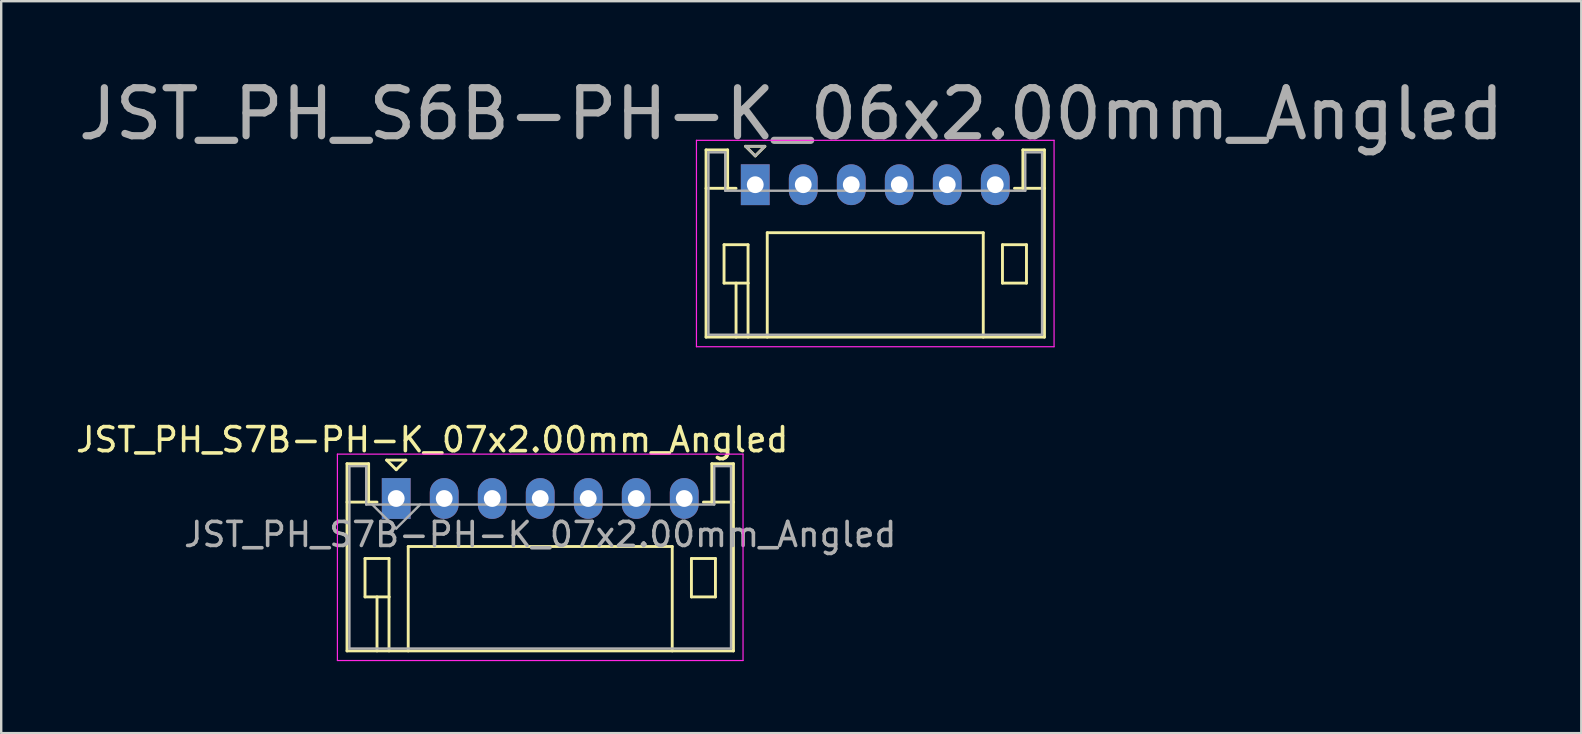
<source format=kicad_pcb>
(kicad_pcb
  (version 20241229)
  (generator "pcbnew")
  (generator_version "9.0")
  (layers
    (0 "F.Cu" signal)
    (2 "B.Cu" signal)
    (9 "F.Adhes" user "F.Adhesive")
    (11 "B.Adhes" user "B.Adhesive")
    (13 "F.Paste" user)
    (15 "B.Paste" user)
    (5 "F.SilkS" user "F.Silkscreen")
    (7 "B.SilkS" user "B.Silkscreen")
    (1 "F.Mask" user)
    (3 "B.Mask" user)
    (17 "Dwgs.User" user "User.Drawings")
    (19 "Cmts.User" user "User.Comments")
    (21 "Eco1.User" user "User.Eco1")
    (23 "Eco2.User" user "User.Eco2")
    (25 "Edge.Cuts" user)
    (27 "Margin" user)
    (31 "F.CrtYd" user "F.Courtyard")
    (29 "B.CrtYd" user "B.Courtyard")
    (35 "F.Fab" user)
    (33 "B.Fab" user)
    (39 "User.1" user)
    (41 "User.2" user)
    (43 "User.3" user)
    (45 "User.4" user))
  (footprint "JST_PH_S6B-PH-K_06x2.00mm_Angled"
    (layer "F.Cu")
    (at 28.417 4.646)
    (property "Reference" "JST_PH_S6B-PH-K_06x2.00mm_Angled" (at 1.5 -2.95 0) (layer "F.Fab") (effects (font (size 2 2) (thickness 0.3))))
    (attr through_hole)
    (fp_line (start -2.05 -1.45) (end -2.05 6.35) (stroke (width 0.12) (type solid)) (layer "F.SilkS"))
    (fp_line (start -2.05 0.15) (end -1.15 0.15) (stroke (width 0.12) (type solid)) (layer "F.SilkS"))
    (fp_line (start -2.05 6.35) (end 12.05 6.35) (stroke (width 0.12) (type solid)) (layer "F.SilkS"))
    (fp_line (start -1.3 2.5) (end -1.3 4.1) (stroke (width 0.12) (type solid)) (layer "F.SilkS"))
    (fp_line (start -1.3 4.1) (end -0.3 4.1) (stroke (width 0.12) (type solid)) (layer "F.SilkS"))
    (fp_line (start -1.15 -1.45) (end -2.05 -1.45) (stroke (width 0.12) (type solid)) (layer "F.SilkS"))
    (fp_line (start -1.15 0.15) (end -1.15 -1.45) (stroke (width 0.12) (type solid)) (layer "F.SilkS"))
    (fp_line (start -0.8 0.15) (end -1.15 0.15) (stroke (width 0.12) (type solid)) (layer "F.SilkS"))
    (fp_line (start -0.8 4.1) (end -0.8 6.35) (stroke (width 0.12) (type solid)) (layer "F.SilkS"))
    (fp_line (start -0.4 -1.6) (end 0.4 -1.6) (stroke (width 0.12) (type solid)) (layer "F.SilkS"))
    (fp_line (start -0.3 2.5) (end -1.3 2.5) (stroke (width 0.12) (type solid)) (layer "F.SilkS"))
    (fp_line (start -0.3 4.1) (end -0.3 2.5) (stroke (width 0.12) (type solid)) (layer "F.SilkS"))
    (fp_line (start -0.3 4.1) (end -0.3 6.35) (stroke (width 0.12) (type solid)) (layer "F.SilkS"))
    (fp_line (start 0 -1.2) (end -0.4 -1.6) (stroke (width 0.12) (type solid)) (layer "F.SilkS"))
    (fp_line (start 0.4 -1.6) (end 0 -1.2) (stroke (width 0.12) (type solid)) (layer "F.SilkS"))
    (fp_line (start 0.5 2) (end 9.5 2) (stroke (width 0.12) (type solid)) (layer "F.SilkS"))
    (fp_line (start 0.5 6.35) (end 0.5 2) (stroke (width 0.12) (type solid)) (layer "F.SilkS"))
    (fp_line (start 9.5 2) (end 9.5 6.35) (stroke (width 0.12) (type solid)) (layer "F.SilkS"))
    (fp_line (start 10.3 2.5) (end 11.3 2.5) (stroke (width 0.12) (type solid)) (layer "F.SilkS"))
    (fp_line (start 10.3 4.1) (end 10.3 2.5) (stroke (width 0.12) (type solid)) (layer "F.SilkS"))
    (fp_line (start 11.15 -1.45) (end 11.15 0.15) (stroke (width 0.12) (type solid)) (layer "F.SilkS"))
    (fp_line (start 11.15 0.15) (end 10.8 0.15) (stroke (width 0.12) (type solid)) (layer "F.SilkS"))
    (fp_line (start 11.3 2.5) (end 11.3 4.1) (stroke (width 0.12) (type solid)) (layer "F.SilkS"))
    (fp_line (start 11.3 4.1) (end 10.3 4.1) (stroke (width 0.12) (type solid)) (layer "F.SilkS"))
    (fp_line (start 12.05 -1.45) (end 11.15 -1.45) (stroke (width 0.12) (type solid)) (layer "F.SilkS"))
    (fp_line (start 12.05 0.15) (end 11.15 0.15) (stroke (width 0.12) (type solid)) (layer "F.SilkS"))
    (fp_line (start 12.05 6.35) (end 12.05 -1.45) (stroke (width 0.12) (type solid)) (layer "F.SilkS"))
    (fp_line (start -2.45 -1.85) (end -2.45 6.75) (stroke (width 0.05) (type solid)) (layer "F.CrtYd"))
    (fp_line (start -2.45 6.75) (end 12.45 6.75) (stroke (width 0.05) (type solid)) (layer "F.CrtYd"))
    (fp_line (start 12.45 -1.85) (end -2.45 -1.85) (stroke (width 0.05) (type solid)) (layer "F.CrtYd"))
    (fp_line (start 12.45 6.75) (end 12.45 -1.85) (stroke (width 0.05) (type solid)) (layer "F.CrtYd"))
    (fp_line (start -1.95 -1.35) (end -1.95 6.25) (stroke (width 0.1) (type solid)) (layer "F.Fab"))
    (fp_line (start -1.95 6.25) (end 11.95 6.25) (stroke (width 0.1) (type solid)) (layer "F.Fab"))
    (fp_line (start -1.25 -1.35) (end -1.95 -1.35) (stroke (width 0.1) (type solid)) (layer "F.Fab"))
    (fp_line (start -1.25 0.25) (end -1.25 -1.35) (stroke (width 0.1) (type solid)) (layer "F.Fab"))
    (fp_line (start -0.4 -1.6) (end 0.4 -1.6) (stroke (width 0.1) (type solid)) (layer "F.Fab"))
    (fp_line (start 0 -1.2) (end -0.4 -1.6) (stroke (width 0.1) (type solid)) (layer "F.Fab"))
    (fp_line (start 0.4 -1.6) (end 0 -1.2) (stroke (width 0.1) (type solid)) (layer "F.Fab"))
    (fp_line (start 11.25 -1.35) (end 11.25 0.25) (stroke (width 0.1) (type solid)) (layer "F.Fab"))
    (fp_line (start 11.25 0.25) (end -1.25 0.25) (stroke (width 0.1) (type solid)) (layer "F.Fab"))
    (fp_line (start 11.95 -1.35) (end 11.25 -1.35) (stroke (width 0.1) (type solid)) (layer "F.Fab"))
    (fp_line (start 11.95 6.25) (end 11.95 -1.35) (stroke (width 0.1) (type solid)) (layer "F.Fab"))
    (pad "1" thru_hole rect (at 0 0) (size 1.2 1.7) (drill 0.7) (layers "*.Cu" "*.Mask"))
    (pad "2" thru_hole oval (at 2 0) (size 1.2 1.7) (drill 0.7) (layers "*.Cu" "*.Mask"))
    (pad "3" thru_hole oval (at 4 0) (size 1.2 1.7) (drill 0.7) (layers "*.Cu" "*.Mask"))
    (pad "4" thru_hole oval (at 6 0) (size 1.2 1.7) (drill 0.7) (layers "*.Cu" "*.Mask"))
    (pad "5" thru_hole oval (at 8 0) (size 1.2 1.7) (drill 0.7) (layers "*.Cu" "*.Mask"))
    (pad "6" thru_hole oval (at 10 0) (size 1.2 1.7) (drill 0.7) (layers "*.Cu" "*.Mask")))
  (footprint "JST_PH_S7B-PH-K_07x2.00mm_Angled"
    (layer "F.Cu")
    (at 13.458 17.72)
    (property "Reference" "JST_PH_S7B-PH-K_07x2.00mm_Angled" (at 1.5 -2.45 0) (layer "F.SilkS") (effects (font (size 1 1) (thickness 0.15))))
    (attr through_hole)
    (fp_line (start -2.05 -1.45) (end -2.05 6.35) (stroke (width 0.12) (type solid)) (layer "F.SilkS"))
    (fp_line (start -2.05 0.15) (end -1.15 0.15) (stroke (width 0.12) (type solid)) (layer "F.SilkS"))
    (fp_line (start -2.05 6.35) (end 14.05 6.35) (stroke (width 0.12) (type solid)) (layer "F.SilkS"))
    (fp_line (start -1.3 2.5) (end -1.3 4.1) (stroke (width 0.12) (type solid)) (layer "F.SilkS"))
    (fp_line (start -1.3 4.1) (end -0.3 4.1) (stroke (width 0.12) (type solid)) (layer "F.SilkS"))
    (fp_line (start -1.15 -1.45) (end -2.05 -1.45) (stroke (width 0.12) (type solid)) (layer "F.SilkS"))
    (fp_line (start -1.15 0.15) (end -1.15 -1.45) (stroke (width 0.12) (type solid)) (layer "F.SilkS"))
    (fp_line (start -0.8 0.15) (end -1.15 0.15) (stroke (width 0.12) (type solid)) (layer "F.SilkS"))
    (fp_line (start -0.8 4.1) (end -0.8 6.35) (stroke (width 0.12) (type solid)) (layer "F.SilkS"))
    (fp_line (start -0.4 -1.6) (end 0.4 -1.6) (stroke (width 0.12) (type solid)) (layer "F.SilkS"))
    (fp_line (start -0.3 2.5) (end -1.3 2.5) (stroke (width 0.12) (type solid)) (layer "F.SilkS"))
    (fp_line (start -0.3 4.1) (end -0.3 2.5) (stroke (width 0.12) (type solid)) (layer "F.SilkS"))
    (fp_line (start -0.3 4.1) (end -0.3 6.35) (stroke (width 0.12) (type solid)) (layer "F.SilkS"))
    (fp_line (start 0 -1.2) (end -0.4 -1.6) (stroke (width 0.12) (type solid)) (layer "F.SilkS"))
    (fp_line (start 0.4 -1.6) (end 0 -1.2) (stroke (width 0.12) (type solid)) (layer "F.SilkS"))
    (fp_line (start 0.5 2) (end 11.5 2) (stroke (width 0.12) (type solid)) (layer "F.SilkS"))
    (fp_line (start 0.5 6.35) (end 0.5 2) (stroke (width 0.12) (type solid)) (layer "F.SilkS"))
    (fp_line (start 11.5 2) (end 11.5 6.35) (stroke (width 0.12) (type solid)) (layer "F.SilkS"))
    (fp_line (start 12.3 2.5) (end 13.3 2.5) (stroke (width 0.12) (type solid)) (layer "F.SilkS"))
    (fp_line (start 12.3 4.1) (end 12.3 2.5) (stroke (width 0.12) (type solid)) (layer "F.SilkS"))
    (fp_line (start 13.15 -1.45) (end 13.15 0.15) (stroke (width 0.12) (type solid)) (layer "F.SilkS"))
    (fp_line (start 13.15 0.15) (end 12.8 0.15) (stroke (width 0.12) (type solid)) (layer "F.SilkS"))
    (fp_line (start 13.3 2.5) (end 13.3 4.1) (stroke (width 0.12) (type solid)) (layer "F.SilkS"))
    (fp_line (start 13.3 4.1) (end 12.3 4.1) (stroke (width 0.12) (type solid)) (layer "F.SilkS"))
    (fp_line (start 14.05 -1.45) (end 13.15 -1.45) (stroke (width 0.12) (type solid)) (layer "F.SilkS"))
    (fp_line (start 14.05 0.15) (end 13.15 0.15) (stroke (width 0.12) (type solid)) (layer "F.SilkS"))
    (fp_line (start 14.05 6.35) (end 14.05 -1.45) (stroke (width 0.12) (type solid)) (layer "F.SilkS"))
    (fp_line (start -2.45 -1.85) (end -2.45 6.75) (stroke (width 0.05) (type solid)) (layer "F.CrtYd"))
    (fp_line (start -2.45 6.75) (end 14.45 6.75) (stroke (width 0.05) (type solid)) (layer "F.CrtYd"))
    (fp_line (start 14.45 -1.85) (end -2.45 -1.85) (stroke (width 0.05) (type solid)) (layer "F.CrtYd"))
    (fp_line (start 14.45 6.75) (end 14.45 -1.85) (stroke (width 0.05) (type solid)) (layer "F.CrtYd"))
    (fp_line (start -1.95 -1.35) (end -1.95 6.25) (stroke (width 0.1) (type solid)) (layer "F.Fab"))
    (fp_line (start -1.95 6.25) (end 13.95 6.25) (stroke (width 0.1) (type solid)) (layer "F.Fab"))
    (fp_line (start -1.25 -1.35) (end -1.95 -1.35) (stroke (width 0.1) (type solid)) (layer "F.Fab"))
    (fp_line (start -1.25 0.25) (end -1.25 -1.35) (stroke (width 0.1) (type solid)) (layer "F.Fab"))
    (fp_line (start -1 0.25) (end 0 1.25) (stroke (width 0.1) (type solid)) (layer "F.Fab"))
    (fp_line (start 0 1.25) (end 1 0.25) (stroke (width 0.1) (type solid)) (layer "F.Fab"))
    (fp_line (start 13.25 -1.35) (end 13.25 0.25) (stroke (width 0.1) (type solid)) (layer "F.Fab"))
    (fp_line (start 13.25 0.25) (end -1.25 0.25) (stroke (width 0.1) (type solid)) (layer "F.Fab"))
    (fp_line (start 13.95 -1.35) (end 13.25 -1.35) (stroke (width 0.1) (type solid)) (layer "F.Fab"))
    (fp_line (start 13.95 6.25) (end 13.95 -1.35) (stroke (width 0.1) (type solid)) (layer "F.Fab"))
    (fp_text user "${REFERENCE}" (at 6 1.5 0) (layer "F.Fab") (effects (font (size 1 1) (thickness 0.15))))
    (pad "1" thru_hole rect (at 0 0) (size 1.2 1.7) (drill 0.7) (layers "*.Cu" "*.Mask"))
    (pad "2" thru_hole oval (at 2 0) (size 1.2 1.7) (drill 0.7) (layers "*.Cu" "*.Mask"))
    (pad "3" thru_hole oval (at 4 0) (size 1.2 1.7) (drill 0.7) (layers "*.Cu" "*.Mask"))
    (pad "4" thru_hole oval (at 6 0) (size 1.2 1.7) (drill 0.7) (layers "*.Cu" "*.Mask"))
    (pad "5" thru_hole oval (at 8 0) (size 1.2 1.7) (drill 0.7) (layers "*.Cu" "*.Mask"))
    (pad "6" thru_hole oval (at 10 0) (size 1.2 1.7) (drill 0.7) (layers "*.Cu" "*.Mask"))
    (pad "7" thru_hole oval (at 12 0) (size 1.2 1.7) (drill 0.7) (layers "*.Cu" "*.Mask")))
  (gr_rect
    (start -3 -3)
    (end 62.833 27.495)
    (stroke (width 0.1) (type default))
    (fill no)
    (layer "Edge.Cuts")))
</source>
